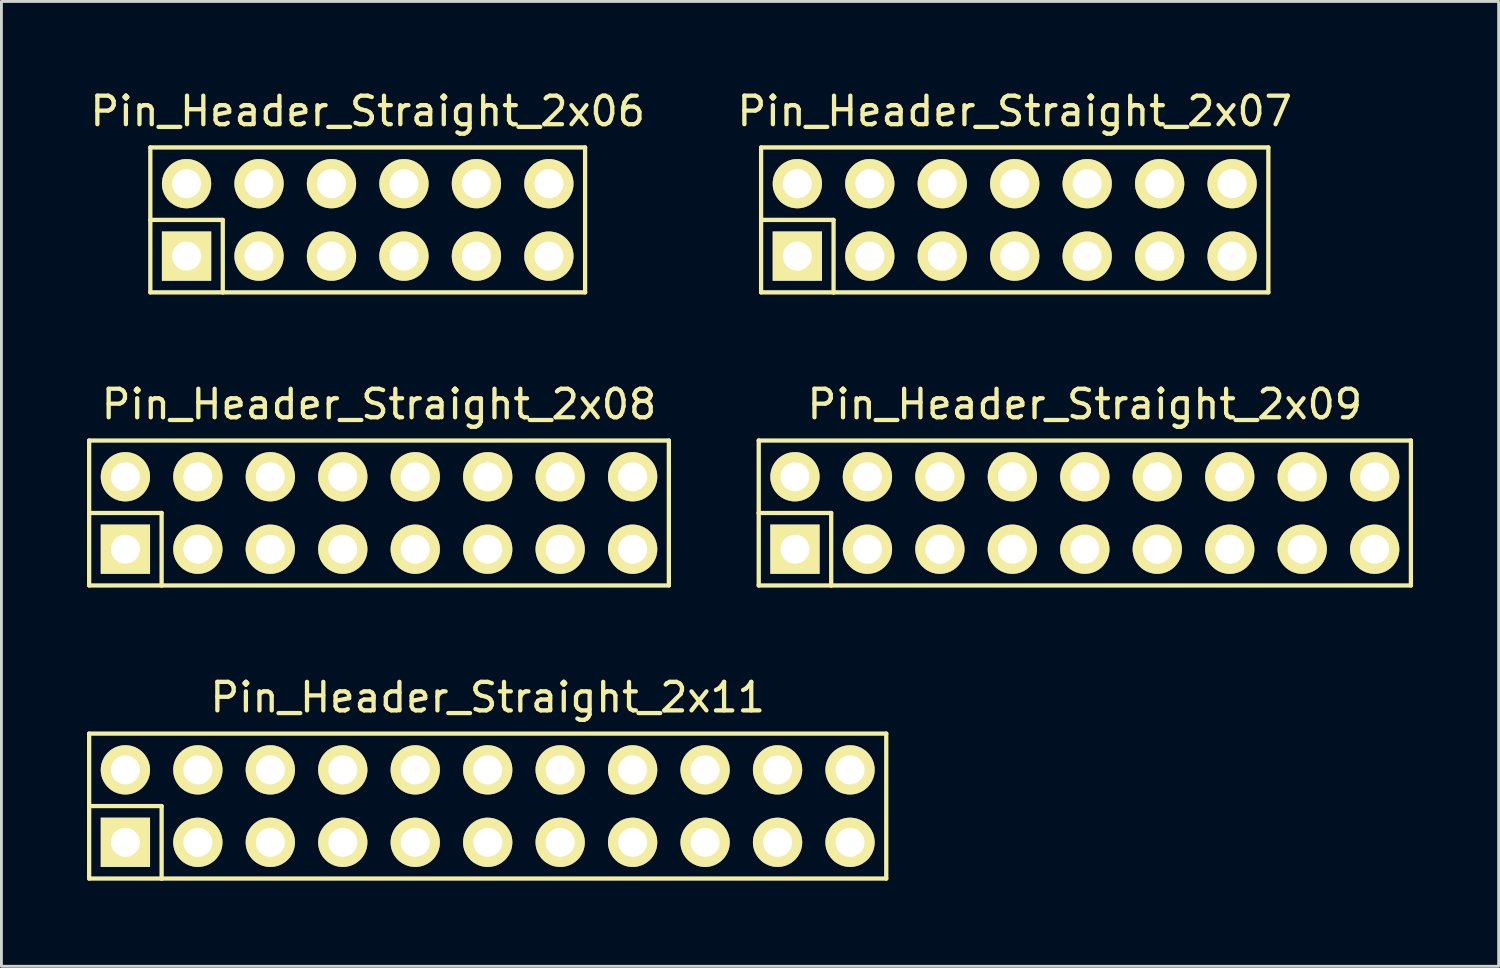
<source format=kicad_pcb>
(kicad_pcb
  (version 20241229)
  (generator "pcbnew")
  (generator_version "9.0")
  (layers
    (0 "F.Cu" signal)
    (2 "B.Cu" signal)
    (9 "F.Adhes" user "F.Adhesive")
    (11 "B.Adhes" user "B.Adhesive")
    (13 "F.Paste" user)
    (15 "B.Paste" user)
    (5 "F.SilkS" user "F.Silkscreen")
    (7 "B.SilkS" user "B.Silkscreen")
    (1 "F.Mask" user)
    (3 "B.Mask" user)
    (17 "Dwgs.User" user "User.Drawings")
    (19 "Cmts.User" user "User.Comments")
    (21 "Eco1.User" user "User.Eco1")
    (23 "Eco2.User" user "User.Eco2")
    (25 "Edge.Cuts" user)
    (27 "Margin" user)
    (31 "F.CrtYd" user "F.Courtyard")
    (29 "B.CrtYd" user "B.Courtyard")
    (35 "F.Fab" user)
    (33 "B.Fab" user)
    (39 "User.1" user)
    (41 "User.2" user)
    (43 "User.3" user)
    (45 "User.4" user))
  (footprint "Pin_Header_Straight_2x09"
    (layer "F.Cu")
    (at 34.975 14.931)
    (property "Reference" "Pin_Header_Straight_2x09" (at 0 -3.81 0) (layer "F.SilkS") (effects (font (size 1 1) (thickness 0.15))))
    (attr through_hole)
    (fp_line (start -11.43 -2.54) (end -11.43 0) (stroke (width 0.15) (type solid)) (layer "F.SilkS"))
    (fp_line (start -11.43 0) (end -8.89 0) (stroke (width 0.15) (type solid)) (layer "F.SilkS"))
    (fp_line (start -11.43 2.54) (end -11.43 0) (stroke (width 0.15) (type solid)) (layer "F.SilkS"))
    (fp_line (start -11.43 2.54) (end -8.89 2.54) (stroke (width 0.15) (type solid)) (layer "F.SilkS"))
    (fp_line (start -8.89 0) (end -8.89 2.54) (stroke (width 0.15) (type solid)) (layer "F.SilkS"))
    (fp_line (start -8.89 2.54) (end 11.43 2.54) (stroke (width 0.15) (type solid)) (layer "F.SilkS"))
    (fp_line (start 11.43 -2.54) (end -11.43 -2.54) (stroke (width 0.15) (type solid)) (layer "F.SilkS"))
    (fp_line (start 11.43 -2.54) (end 11.43 2.54) (stroke (width 0.15) (type solid)) (layer "F.SilkS"))
    (pad "1" thru_hole rect (at -10.16 1.27) (size 1.727 1.727) (drill 1.016) (layers "*.Cu" "*.Mask" "F.SilkS"))
    (pad "2" thru_hole oval (at -10.16 -1.27) (size 1.727 1.727) (drill 1.016) (layers "*.Cu" "*.Mask" "F.SilkS"))
    (pad "3" thru_hole oval (at -7.62 1.27) (size 1.727 1.727) (drill 1.016) (layers "*.Cu" "*.Mask" "F.SilkS"))
    (pad "4" thru_hole oval (at -7.62 -1.27) (size 1.727 1.727) (drill 1.016) (layers "*.Cu" "*.Mask" "F.SilkS"))
    (pad "5" thru_hole oval (at -5.08 1.27) (size 1.727 1.727) (drill 1.016) (layers "*.Cu" "*.Mask" "F.SilkS"))
    (pad "6" thru_hole oval (at -5.08 -1.27) (size 1.727 1.727) (drill 1.016) (layers "*.Cu" "*.Mask" "F.SilkS"))
    (pad "7" thru_hole oval (at -2.54 1.27) (size 1.727 1.727) (drill 1.016) (layers "*.Cu" "*.Mask" "F.SilkS"))
    (pad "8" thru_hole oval (at -2.54 -1.27) (size 1.727 1.727) (drill 1.016) (layers "*.Cu" "*.Mask" "F.SilkS"))
    (pad "9" thru_hole oval (at 0 1.27) (size 1.727 1.727) (drill 1.016) (layers "*.Cu" "*.Mask" "F.SilkS"))
    (pad "10" thru_hole oval (at 0 -1.27) (size 1.727 1.727) (drill 1.016) (layers "*.Cu" "*.Mask" "F.SilkS"))
    (pad "11" thru_hole oval (at 2.54 1.27) (size 1.727 1.727) (drill 1.016) (layers "*.Cu" "*.Mask" "F.SilkS"))
    (pad "12" thru_hole oval (at 2.54 -1.27) (size 1.727 1.727) (drill 1.016) (layers "*.Cu" "*.Mask" "F.SilkS"))
    (pad "13" thru_hole oval (at 5.08 1.27) (size 1.727 1.727) (drill 1.016) (layers "*.Cu" "*.Mask" "F.SilkS"))
    (pad "14" thru_hole oval (at 5.08 -1.27) (size 1.727 1.727) (drill 1.016) (layers "*.Cu" "*.Mask" "F.SilkS"))
    (pad "15" thru_hole oval (at 7.62 1.27) (size 1.727 1.727) (drill 1.016) (layers "*.Cu" "*.Mask" "F.SilkS"))
    (pad "16" thru_hole oval (at 7.62 -1.27) (size 1.727 1.727) (drill 1.016) (layers "*.Cu" "*.Mask" "F.SilkS"))
    (pad "17" thru_hole oval (at 10.16 1.27) (size 1.727 1.727) (drill 1.016) (layers "*.Cu" "*.Mask" "F.SilkS"))
    (pad "18" thru_hole oval (at 10.16 -1.27) (size 1.727 1.727) (drill 1.016) (layers "*.Cu" "*.Mask" "F.SilkS")))
  (footprint "Pin_Header_Straight_2x07"
    (layer "F.Cu")
    (at 32.518 4.658)
    (property "Reference" "Pin_Header_Straight_2x07" (at 0 -3.81 0) (layer "F.SilkS") (effects (font (size 1 1) (thickness 0.15))))
    (attr through_hole)
    (fp_line (start -8.89 -2.54) (end -8.89 0) (stroke (width 0.15) (type solid)) (layer "F.SilkS"))
    (fp_line (start -8.89 0) (end -6.35 0) (stroke (width 0.15) (type solid)) (layer "F.SilkS"))
    (fp_line (start -8.89 2.54) (end -8.89 0) (stroke (width 0.15) (type solid)) (layer "F.SilkS"))
    (fp_line (start -8.89 2.54) (end -6.35 2.54) (stroke (width 0.15) (type solid)) (layer "F.SilkS"))
    (fp_line (start -6.35 0) (end -6.35 2.54) (stroke (width 0.15) (type solid)) (layer "F.SilkS"))
    (fp_line (start -6.35 2.54) (end 8.89 2.54) (stroke (width 0.15) (type solid)) (layer "F.SilkS"))
    (fp_line (start 8.89 -2.54) (end -8.89 -2.54) (stroke (width 0.15) (type solid)) (layer "F.SilkS"))
    (fp_line (start 8.89 -2.54) (end 8.89 2.54) (stroke (width 0.15) (type solid)) (layer "F.SilkS"))
    (pad "1" thru_hole rect (at -7.62 1.27) (size 1.727 1.727) (drill 1.016) (layers "*.Cu" "*.Mask" "F.SilkS"))
    (pad "2" thru_hole oval (at -7.62 -1.27) (size 1.727 1.727) (drill 1.016) (layers "*.Cu" "*.Mask" "F.SilkS"))
    (pad "3" thru_hole oval (at -5.08 1.27) (size 1.727 1.727) (drill 1.016) (layers "*.Cu" "*.Mask" "F.SilkS"))
    (pad "4" thru_hole oval (at -5.08 -1.27) (size 1.727 1.727) (drill 1.016) (layers "*.Cu" "*.Mask" "F.SilkS"))
    (pad "5" thru_hole oval (at -2.54 1.27) (size 1.727 1.727) (drill 1.016) (layers "*.Cu" "*.Mask" "F.SilkS"))
    (pad "6" thru_hole oval (at -2.54 -1.27) (size 1.727 1.727) (drill 1.016) (layers "*.Cu" "*.Mask" "F.SilkS"))
    (pad "7" thru_hole oval (at 0 1.27) (size 1.727 1.727) (drill 1.016) (layers "*.Cu" "*.Mask" "F.SilkS"))
    (pad "8" thru_hole oval (at 0 -1.27) (size 1.727 1.727) (drill 1.016) (layers "*.Cu" "*.Mask" "F.SilkS"))
    (pad "9" thru_hole oval (at 2.54 1.27) (size 1.727 1.727) (drill 1.016) (layers "*.Cu" "*.Mask" "F.SilkS"))
    (pad "10" thru_hole oval (at 2.54 -1.27) (size 1.727 1.727) (drill 1.016) (layers "*.Cu" "*.Mask" "F.SilkS"))
    (pad "11" thru_hole oval (at 5.08 1.27) (size 1.727 1.727) (drill 1.016) (layers "*.Cu" "*.Mask" "F.SilkS"))
    (pad "12" thru_hole oval (at 5.08 -1.27) (size 1.727 1.727) (drill 1.016) (layers "*.Cu" "*.Mask" "F.SilkS"))
    (pad "13" thru_hole oval (at 7.62 1.27) (size 1.727 1.727) (drill 1.016) (layers "*.Cu" "*.Mask" "F.SilkS"))
    (pad "14" thru_hole oval (at 7.62 -1.27) (size 1.727 1.727) (drill 1.016) (layers "*.Cu" "*.Mask" "F.SilkS")))
  (footprint "Pin_Header_Straight_2x06"
    (layer "F.Cu")
    (at 9.839 4.658)
    (property "Reference" "Pin_Header_Straight_2x06" (at 0 -3.81 0) (layer "F.SilkS") (effects (font (size 1 1) (thickness 0.15))))
    (attr through_hole)
    (fp_line (start -7.62 -2.54) (end -7.62 0) (stroke (width 0.15) (type solid)) (layer "F.SilkS"))
    (fp_line (start -7.62 0) (end -5.08 0) (stroke (width 0.15) (type solid)) (layer "F.SilkS"))
    (fp_line (start -7.62 2.54) (end -7.62 0) (stroke (width 0.15) (type solid)) (layer "F.SilkS"))
    (fp_line (start -7.62 2.54) (end -5.08 2.54) (stroke (width 0.15) (type solid)) (layer "F.SilkS"))
    (fp_line (start -5.08 0) (end -5.08 2.54) (stroke (width 0.15) (type solid)) (layer "F.SilkS"))
    (fp_line (start -5.08 2.54) (end 7.62 2.54) (stroke (width 0.15) (type solid)) (layer "F.SilkS"))
    (fp_line (start 7.62 -2.54) (end -7.62 -2.54) (stroke (width 0.15) (type solid)) (layer "F.SilkS"))
    (fp_line (start 7.62 -2.54) (end 7.62 2.54) (stroke (width 0.15) (type solid)) (layer "F.SilkS"))
    (pad "1" thru_hole rect (at -6.35 1.27) (size 1.727 1.727) (drill 1.016) (layers "*.Cu" "*.Mask" "F.SilkS"))
    (pad "2" thru_hole oval (at -6.35 -1.27) (size 1.727 1.727) (drill 1.016) (layers "*.Cu" "*.Mask" "F.SilkS"))
    (pad "3" thru_hole oval (at -3.81 1.27) (size 1.727 1.727) (drill 1.016) (layers "*.Cu" "*.Mask" "F.SilkS"))
    (pad "4" thru_hole oval (at -3.81 -1.27) (size 1.727 1.727) (drill 1.016) (layers "*.Cu" "*.Mask" "F.SilkS"))
    (pad "5" thru_hole oval (at -1.27 1.27) (size 1.727 1.727) (drill 1.016) (layers "*.Cu" "*.Mask" "F.SilkS"))
    (pad "6" thru_hole oval (at -1.27 -1.27) (size 1.727 1.727) (drill 1.016) (layers "*.Cu" "*.Mask" "F.SilkS"))
    (pad "7" thru_hole oval (at 1.27 1.27) (size 1.727 1.727) (drill 1.016) (layers "*.Cu" "*.Mask" "F.SilkS"))
    (pad "8" thru_hole oval (at 1.27 -1.27) (size 1.727 1.727) (drill 1.016) (layers "*.Cu" "*.Mask" "F.SilkS"))
    (pad "9" thru_hole oval (at 3.81 1.27) (size 1.727 1.727) (drill 1.016) (layers "*.Cu" "*.Mask" "F.SilkS"))
    (pad "10" thru_hole oval (at 3.81 -1.27) (size 1.727 1.727) (drill 1.016) (layers "*.Cu" "*.Mask" "F.SilkS"))
    (pad "11" thru_hole oval (at 6.35 1.27) (size 1.727 1.727) (drill 1.016) (layers "*.Cu" "*.Mask" "F.SilkS"))
    (pad "12" thru_hole oval (at 6.35 -1.27) (size 1.727 1.727) (drill 1.016) (layers "*.Cu" "*.Mask" "F.SilkS")))
  (footprint "Pin_Header_Straight_2x08"
    (layer "F.Cu")
    (at 10.235 14.931)
    (property "Reference" "Pin_Header_Straight_2x08" (at 0 -3.81 0) (layer "F.SilkS") (effects (font (size 1 1) (thickness 0.15))))
    (attr through_hole)
    (fp_line (start -10.16 -2.54) (end -10.16 0) (stroke (width 0.15) (type solid)) (layer "F.SilkS"))
    (fp_line (start -10.16 0) (end -7.62 0) (stroke (width 0.15) (type solid)) (layer "F.SilkS"))
    (fp_line (start -10.16 2.54) (end -10.16 0) (stroke (width 0.15) (type solid)) (layer "F.SilkS"))
    (fp_line (start -10.16 2.54) (end -7.62 2.54) (stroke (width 0.15) (type solid)) (layer "F.SilkS"))
    (fp_line (start -7.62 0) (end -7.62 2.54) (stroke (width 0.15) (type solid)) (layer "F.SilkS"))
    (fp_line (start -7.62 2.54) (end 10.16 2.54) (stroke (width 0.15) (type solid)) (layer "F.SilkS"))
    (fp_line (start 10.16 -2.54) (end -10.16 -2.54) (stroke (width 0.15) (type solid)) (layer "F.SilkS"))
    (fp_line (start 10.16 -2.54) (end 10.16 2.54) (stroke (width 0.15) (type solid)) (layer "F.SilkS"))
    (pad "1" thru_hole rect (at -8.89 1.27) (size 1.727 1.727) (drill 1.016) (layers "*.Cu" "*.Mask" "F.SilkS"))
    (pad "2" thru_hole oval (at -8.89 -1.27) (size 1.727 1.727) (drill 1.016) (layers "*.Cu" "*.Mask" "F.SilkS"))
    (pad "3" thru_hole oval (at -6.35 1.27) (size 1.727 1.727) (drill 1.016) (layers "*.Cu" "*.Mask" "F.SilkS"))
    (pad "4" thru_hole oval (at -6.35 -1.27) (size 1.727 1.727) (drill 1.016) (layers "*.Cu" "*.Mask" "F.SilkS"))
    (pad "5" thru_hole oval (at -3.81 1.27) (size 1.727 1.727) (drill 1.016) (layers "*.Cu" "*.Mask" "F.SilkS"))
    (pad "6" thru_hole oval (at -3.81 -1.27) (size 1.727 1.727) (drill 1.016) (layers "*.Cu" "*.Mask" "F.SilkS"))
    (pad "7" thru_hole oval (at -1.27 1.27) (size 1.727 1.727) (drill 1.016) (layers "*.Cu" "*.Mask" "F.SilkS"))
    (pad "8" thru_hole oval (at -1.27 -1.27) (size 1.727 1.727) (drill 1.016) (layers "*.Cu" "*.Mask" "F.SilkS"))
    (pad "9" thru_hole oval (at 1.27 1.27) (size 1.727 1.727) (drill 1.016) (layers "*.Cu" "*.Mask" "F.SilkS"))
    (pad "10" thru_hole oval (at 1.27 -1.27) (size 1.727 1.727) (drill 1.016) (layers "*.Cu" "*.Mask" "F.SilkS"))
    (pad "11" thru_hole oval (at 3.81 1.27) (size 1.727 1.727) (drill 1.016) (layers "*.Cu" "*.Mask" "F.SilkS"))
    (pad "12" thru_hole oval (at 3.81 -1.27) (size 1.727 1.727) (drill 1.016) (layers "*.Cu" "*.Mask" "F.SilkS"))
    (pad "13" thru_hole oval (at 6.35 1.27) (size 1.727 1.727) (drill 1.016) (layers "*.Cu" "*.Mask" "F.SilkS"))
    (pad "14" thru_hole oval (at 6.35 -1.27) (size 1.727 1.727) (drill 1.016) (layers "*.Cu" "*.Mask" "F.SilkS"))
    (pad "15" thru_hole oval (at 8.89 1.27) (size 1.727 1.727) (drill 1.016) (layers "*.Cu" "*.Mask" "F.SilkS"))
    (pad "16" thru_hole oval (at 8.89 -1.27) (size 1.727 1.727) (drill 1.016) (layers "*.Cu" "*.Mask" "F.SilkS")))
  (footprint "Pin_Header_Straight_2x11"
    (layer "F.Cu")
    (at 14.045 25.205)
    (property "Reference" "Pin_Header_Straight_2x11" (at 0 -3.81 0) (layer "F.SilkS") (effects (font (size 1 1) (thickness 0.15))))
    (attr through_hole)
    (fp_line (start -13.97 -2.54) (end -13.97 0) (stroke (width 0.15) (type solid)) (layer "F.SilkS"))
    (fp_line (start -13.97 0) (end -11.43 0) (stroke (width 0.15) (type solid)) (layer "F.SilkS"))
    (fp_line (start -13.97 2.54) (end -13.97 0) (stroke (width 0.15) (type solid)) (layer "F.SilkS"))
    (fp_line (start -13.97 2.54) (end -11.43 2.54) (stroke (width 0.15) (type solid)) (layer "F.SilkS"))
    (fp_line (start -11.43 0) (end -11.43 2.54) (stroke (width 0.15) (type solid)) (layer "F.SilkS"))
    (fp_line (start -11.43 2.54) (end 13.97 2.54) (stroke (width 0.15) (type solid)) (layer "F.SilkS"))
    (fp_line (start 13.97 -2.54) (end -13.97 -2.54) (stroke (width 0.15) (type solid)) (layer "F.SilkS"))
    (fp_line (start 13.97 -2.54) (end 13.97 2.54) (stroke (width 0.15) (type solid)) (layer "F.SilkS"))
    (pad "1" thru_hole rect (at -12.7 1.27) (size 1.727 1.727) (drill 1.016) (layers "*.Cu" "*.Mask" "F.SilkS"))
    (pad "2" thru_hole oval (at -12.7 -1.27) (size 1.727 1.727) (drill 1.016) (layers "*.Cu" "*.Mask" "F.SilkS"))
    (pad "3" thru_hole oval (at -10.16 1.27) (size 1.727 1.727) (drill 1.016) (layers "*.Cu" "*.Mask" "F.SilkS"))
    (pad "4" thru_hole oval (at -10.16 -1.27) (size 1.727 1.727) (drill 1.016) (layers "*.Cu" "*.Mask" "F.SilkS"))
    (pad "5" thru_hole oval (at -7.62 1.27) (size 1.727 1.727) (drill 1.016) (layers "*.Cu" "*.Mask" "F.SilkS"))
    (pad "6" thru_hole oval (at -7.62 -1.27) (size 1.727 1.727) (drill 1.016) (layers "*.Cu" "*.Mask" "F.SilkS"))
    (pad "7" thru_hole oval (at -5.08 1.27) (size 1.727 1.727) (drill 1.016) (layers "*.Cu" "*.Mask" "F.SilkS"))
    (pad "8" thru_hole oval (at -5.08 -1.27) (size 1.727 1.727) (drill 1.016) (layers "*.Cu" "*.Mask" "F.SilkS"))
    (pad "9" thru_hole oval (at -2.54 1.27) (size 1.727 1.727) (drill 1.016) (layers "*.Cu" "*.Mask" "F.SilkS"))
    (pad "10" thru_hole oval (at -2.54 -1.27) (size 1.727 1.727) (drill 1.016) (layers "*.Cu" "*.Mask" "F.SilkS"))
    (pad "11" thru_hole oval (at 0 1.27) (size 1.727 1.727) (drill 1.016) (layers "*.Cu" "*.Mask" "F.SilkS"))
    (pad "12" thru_hole oval (at 0 -1.27) (size 1.727 1.727) (drill 1.016) (layers "*.Cu" "*.Mask" "F.SilkS"))
    (pad "13" thru_hole oval (at 2.54 1.27) (size 1.727 1.727) (drill 1.016) (layers "*.Cu" "*.Mask" "F.SilkS"))
    (pad "14" thru_hole oval (at 2.54 -1.27) (size 1.727 1.727) (drill 1.016) (layers "*.Cu" "*.Mask" "F.SilkS"))
    (pad "15" thru_hole oval (at 5.08 1.27) (size 1.727 1.727) (drill 1.016) (layers "*.Cu" "*.Mask" "F.SilkS"))
    (pad "16" thru_hole oval (at 5.08 -1.27) (size 1.727 1.727) (drill 1.016) (layers "*.Cu" "*.Mask" "F.SilkS"))
    (pad "17" thru_hole oval (at 7.62 1.27) (size 1.727 1.727) (drill 1.016) (layers "*.Cu" "*.Mask" "F.SilkS"))
    (pad "18" thru_hole oval (at 7.62 -1.27) (size 1.727 1.727) (drill 1.016) (layers "*.Cu" "*.Mask" "F.SilkS"))
    (pad "19" thru_hole oval (at 10.16 1.27) (size 1.727 1.727) (drill 1.016) (layers "*.Cu" "*.Mask" "F.SilkS"))
    (pad "20" thru_hole oval (at 10.16 -1.27) (size 1.727 1.727) (drill 1.016) (layers "*.Cu" "*.Mask" "F.SilkS"))
    (pad "21" thru_hole oval (at 12.7 1.27) (size 1.727 1.727) (drill 1.016) (layers "*.Cu" "*.Mask" "F.SilkS"))
    (pad "22" thru_hole oval (at 12.7 -1.27) (size 1.727 1.727) (drill 1.016) (layers "*.Cu" "*.Mask" "F.SilkS")))
  (gr_rect
    (start -3 -3)
    (end 49.48 30.82)
    (stroke (width 0.1) (type default))
    (fill no)
    (layer "Edge.Cuts")))
</source>
